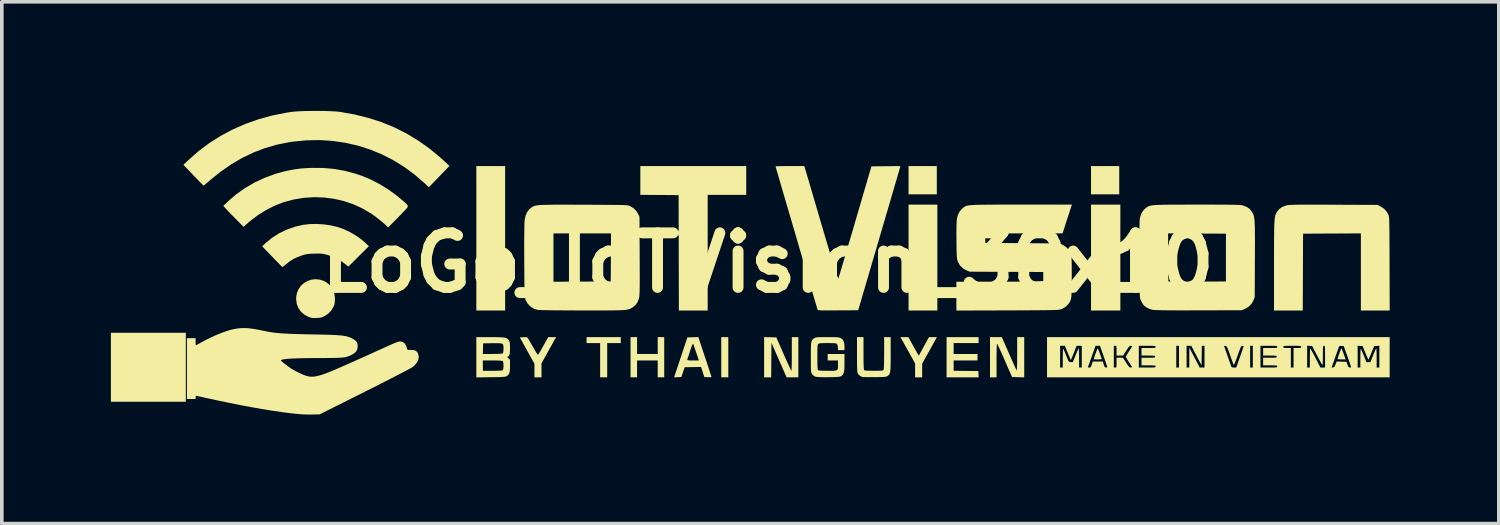
<source format=kicad_pcb>
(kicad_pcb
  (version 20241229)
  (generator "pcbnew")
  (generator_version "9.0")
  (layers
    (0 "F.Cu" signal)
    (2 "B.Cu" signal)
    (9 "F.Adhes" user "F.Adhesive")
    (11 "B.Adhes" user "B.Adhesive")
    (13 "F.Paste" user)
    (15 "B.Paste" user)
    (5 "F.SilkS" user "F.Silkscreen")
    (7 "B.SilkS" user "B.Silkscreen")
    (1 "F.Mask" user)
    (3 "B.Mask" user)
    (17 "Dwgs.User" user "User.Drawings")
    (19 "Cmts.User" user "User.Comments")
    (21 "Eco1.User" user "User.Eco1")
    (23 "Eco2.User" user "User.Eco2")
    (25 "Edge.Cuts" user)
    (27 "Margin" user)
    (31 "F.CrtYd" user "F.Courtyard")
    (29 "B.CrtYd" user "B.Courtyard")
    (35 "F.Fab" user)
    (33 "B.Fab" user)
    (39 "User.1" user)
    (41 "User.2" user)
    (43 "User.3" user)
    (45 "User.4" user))
  (footprint "LoGo_IoTVision_38x10"
    (layer "F.Cu")
    (at 18.068 4.175)
    (property "Reference" "LoGo_IoTVision_38x10" (at 0 0 0) (layer "F.SilkS") (effects (font (size 1.5 1.5) (thickness 0.3))))
    (attr board_only exclude_from_pos_files exclude_from_bom)
    (fp_poly (pts (xy -16.008 2.874) (xy -16.008 3.823) (xy -17.038 3.823) (xy -18.068 3.823) (xy -18.068 2.874) (xy -18.068 1.926) (xy -17.038 1.926) (xy -16.008 1.926)) (stroke (width 0) (type solid)) (fill yes) (layer "F.SilkS"))
    (fp_poly (pts (xy -7.227 -0.672) (xy -7.227 1.314) (xy -7.623 1.314) (xy -8.019 1.314) (xy -8.019 -0.672) (xy -8.019 -2.658) (xy -7.623 -2.658) (xy -7.227 -2.658)) (stroke (width 0) (type solid)) (fill yes) (layer "F.SilkS"))
    (fp_poly (pts (xy -1.09 2.598) (xy -1.09 3.151) (xy -1.187 3.151) (xy -1.284 3.151) (xy -1.284 2.598) (xy -1.284 2.046) (xy -1.187 2.046) (xy -1.09 2.046)) (stroke (width 0) (type solid)) (fill yes) (layer "F.SilkS"))
    (fp_poly (pts (xy 4.644 -2.27) (xy 4.644 -1.881) (xy 4.256 -1.881) (xy 3.867 -1.881) (xy 3.867 -2.27) (xy 3.867 -2.658) (xy 4.256 -2.658) (xy 4.644 -2.658)) (stroke (width 0) (type solid)) (fill yes) (layer "F.SilkS"))
    (fp_poly (pts (xy 4.659 -0.142) (xy 4.659 1.314) (xy 4.263 1.314) (xy 3.867 1.314) (xy 3.867 -0.142) (xy 3.867 -1.598) (xy 4.263 -1.598) (xy 4.659 -1.598)) (stroke (width 0) (type solid)) (fill yes) (layer "F.SilkS"))
    (fp_poly (pts (xy 9.661 -2.27) (xy 9.661 -1.881) (xy 9.273 -1.881) (xy 8.885 -1.881) (xy 8.885 -2.27) (xy 8.885 -2.658) (xy 9.273 -2.658) (xy 9.661 -2.658)) (stroke (width 0) (type solid)) (fill yes) (layer "F.SilkS"))
    (fp_poly (pts (xy 9.691 -0.142) (xy 9.691 1.314) (xy 9.288 1.314) (xy 8.885 1.314) (xy 8.885 -0.142) (xy 8.885 -1.598) (xy 9.288 -1.598) (xy 9.691 -1.598)) (stroke (width 0) (type solid)) (fill yes) (layer "F.SilkS"))
    (fp_poly (pts (xy -4.047 2.128) (xy -4.047 2.21) (xy -4.233 2.21) (xy -4.42 2.21) (xy -4.42 2.68) (xy -4.42 3.151) (xy -4.517 3.151) (xy -4.614 3.151) (xy -4.614 2.68) (xy -4.614 2.21) (xy -4.801 2.21) (xy -4.987 2.21) (xy -4.987 2.128) (xy -4.987 2.046) (xy -4.517 2.046) (xy -4.047 2.046)) (stroke (width 0) (type solid)) (fill yes) (layer "F.SilkS"))
    (fp_poly (pts (xy -0.597 -2.262) (xy -0.597 -1.867) (xy -1.127 -1.867) (xy -1.657 -1.867) (xy -1.657 -0.276) (xy -1.657 1.314) (xy -2.053 1.314) (xy -2.449 1.314) (xy -2.453 -0.273) (xy -2.456 -1.859) (xy -2.983 -1.863) (xy -3.509 -1.867) (xy -3.509 -2.262) (xy -3.509 -2.658) (xy -2.053 -2.658) (xy -0.597 -2.658)) (stroke (width 0) (type solid)) (fill yes) (layer "F.SilkS"))
    (fp_poly (pts (xy 15.776 2.365) (xy 15.791 2.397) (xy 15.811 2.447) (xy 15.831 2.502) (xy 15.887 2.658) (xy 15.775 2.658) (xy 15.722 2.657) (xy 15.683 2.653) (xy 15.665 2.648) (xy 15.664 2.647) (xy 15.669 2.628) (xy 15.682 2.588) (xy 15.699 2.536) (xy 15.719 2.479) (xy 15.739 2.426) (xy 15.755 2.383) (xy 15.766 2.359) (xy 15.767 2.356)) (stroke (width 0) (type solid)) (fill yes) (layer "F.SilkS"))
    (fp_poly (pts (xy -3.599 2.277) (xy -3.599 2.509) (xy -3.315 2.509) (xy -3.031 2.509) (xy -3.031 2.277) (xy -3.031 2.046) (xy -2.942 2.046) (xy -2.852 2.046) (xy -2.852 2.598) (xy -2.852 3.151) (xy -2.942 3.151) (xy -3.031 3.151) (xy -3.031 2.919) (xy -3.031 2.688) (xy -3.315 2.688) (xy -3.599 2.688) (xy -3.599 2.919) (xy -3.599 3.151) (xy -3.688 3.151) (xy -3.778 3.151) (xy -3.778 2.598) (xy -3.778 2.046) (xy -3.688 2.046) (xy -3.599 2.046)) (stroke (width 0) (type solid)) (fill yes) (layer "F.SilkS"))
    (fp_poly (pts (xy 5.794 2.128) (xy 5.794 2.21) (xy 5.45 2.21) (xy 5.107 2.21) (xy 5.107 2.359) (xy 5.107 2.509) (xy 5.435 2.509) (xy 5.764 2.509) (xy 5.764 2.598) (xy 5.764 2.688) (xy 5.435 2.688) (xy 5.107 2.688) (xy 5.107 2.829) (xy 5.107 2.971) (xy 5.447 2.975) (xy 5.786 2.979) (xy 5.791 3.065) (xy 5.795 3.151) (xy 5.354 3.151) (xy 4.913 3.151) (xy 4.913 2.598) (xy 4.913 2.046) (xy 5.353 2.046) (xy 5.794 2.046)) (stroke (width 0) (type solid)) (fill yes) (layer "F.SilkS"))
    (fp_poly (pts (xy 9.081 2.379) (xy 9.098 2.417) (xy 9.122 2.482) (xy 9.125 2.489) (xy 9.147 2.55) (xy 9.165 2.602) (xy 9.177 2.636) (xy 9.181 2.646) (xy 9.17 2.652) (xy 9.135 2.656) (xy 9.085 2.658) (xy 9.073 2.658) (xy 9.019 2.657) (xy 8.979 2.656) (xy 8.96 2.654) (xy 8.959 2.653) (xy 8.964 2.635) (xy 8.977 2.597) (xy 8.994 2.546) (xy 9.013 2.49) (xy 9.033 2.437) (xy 9.049 2.394) (xy 9.059 2.369) (xy 9.06 2.367) (xy 9.069 2.363)) (stroke (width 0) (type solid)) (fill yes) (layer "F.SilkS"))
    (fp_poly (pts (xy -6.026 2.406) (xy -6.227 2.767) (xy -6.227 2.959) (xy -6.227 3.151) (xy -6.324 3.151) (xy -6.421 3.151) (xy -6.421 2.965) (xy -6.421 2.779) (xy -6.622 2.416) (xy -6.824 2.053) (xy -6.732 2.049) (xy -6.681 2.047) (xy -6.641 2.048) (xy -6.623 2.051) (xy -6.61 2.066) (xy -6.586 2.102) (xy -6.553 2.157) (xy -6.514 2.225) (xy -6.472 2.298) (xy -6.429 2.374) (xy -6.39 2.439) (xy -6.358 2.49) (xy -6.336 2.523) (xy -6.325 2.534) (xy -6.313 2.52) (xy -6.29 2.484) (xy -6.258 2.43) (xy -6.219 2.363) (xy -6.176 2.287) (xy -6.042 2.046) (xy -5.934 2.046) (xy -5.826 2.046)) (stroke (width 0) (type solid)) (fill yes) (layer "F.SilkS"))
    (fp_poly (pts (xy 0.063 2.049) (xy 0.231 2.053) (xy 0.432 2.512) (xy 0.48 2.621) (xy 0.525 2.721) (xy 0.565 2.809) (xy 0.598 2.88) (xy 0.624 2.933) (xy 0.64 2.965) (xy 0.645 2.972) (xy 0.648 2.957) (xy 0.651 2.917) (xy 0.653 2.853) (xy 0.655 2.771) (xy 0.656 2.673) (xy 0.657 2.563) (xy 0.657 2.509) (xy 0.657 2.046) (xy 0.747 2.046) (xy 0.836 2.046) (xy 0.836 2.598) (xy 0.836 3.151) (xy 0.674 3.151) (xy 0.512 3.151) (xy 0.305 2.677) (xy 0.097 2.203) (xy 0.093 2.677) (xy 0.089 3.151) (xy -0.008 3.151) (xy -0.105 3.151) (xy -0.105 2.598) (xy -0.105 2.045)) (stroke (width 0) (type solid)) (fill yes) (layer "F.SilkS"))
    (fp_poly (pts (xy 3.98 2.259) (xy 4.021 2.334) (xy 4.06 2.403) (xy 4.092 2.46) (xy 4.115 2.501) (xy 4.123 2.514) (xy 4.148 2.556) (xy 4.288 2.301) (xy 4.427 2.047) (xy 4.536 2.046) (xy 4.645 2.046) (xy 4.62 2.094) (xy 4.606 2.121) (xy 4.579 2.169) (xy 4.543 2.235) (xy 4.499 2.314) (xy 4.45 2.401) (xy 4.418 2.459) (xy 4.241 2.776) (xy 4.241 2.963) (xy 4.241 3.151) (xy 4.144 3.151) (xy 4.047 3.151) (xy 4.047 2.959) (xy 4.047 2.768) (xy 3.889 2.485) (xy 3.839 2.396) (xy 3.792 2.311) (xy 3.749 2.235) (xy 3.715 2.173) (xy 3.691 2.131) (xy 3.687 2.124) (xy 3.643 2.046) (xy 3.753 2.046) (xy 3.862 2.046)) (stroke (width 0) (type solid)) (fill yes) (layer "F.SilkS"))
    (fp_poly (pts (xy -12.332 0.463) (xy -12.219 0.498) (xy -12.134 0.545) (xy -12.041 0.622) (xy -11.973 0.714) (xy -11.929 0.822) (xy -11.91 0.947) (xy -11.909 0.993) (xy -11.91 1.065) (xy -11.916 1.117) (xy -11.927 1.162) (xy -11.947 1.209) (xy -11.948 1.211) (xy -12.012 1.318) (xy -12.096 1.404) (xy -12.188 1.464) (xy -12.239 1.489) (xy -12.282 1.505) (xy -12.329 1.514) (xy -12.392 1.518) (xy -12.416 1.519) (xy -12.487 1.521) (xy -12.539 1.517) (xy -12.582 1.508) (xy -12.629 1.491) (xy -12.639 1.487) (xy -12.753 1.424) (xy -12.846 1.342) (xy -12.914 1.244) (xy -12.957 1.131) (xy -12.974 1.006) (xy -12.973 0.949) (xy -12.952 0.83) (xy -12.906 0.724) (xy -12.841 0.632) (xy -12.758 0.558) (xy -12.662 0.502) (xy -12.557 0.466) (xy -12.446 0.453)) (stroke (width 0) (type solid)) (fill yes) (layer "F.SilkS"))
    (fp_poly (pts (xy 6.63 2.497) (xy 6.677 2.606) (xy 6.722 2.707) (xy 6.762 2.795) (xy 6.795 2.868) (xy 6.82 2.923) (xy 6.836 2.955) (xy 6.841 2.963) (xy 6.844 2.953) (xy 6.847 2.915) (xy 6.85 2.853) (xy 6.852 2.77) (xy 6.853 2.667) (xy 6.854 2.548) (xy 6.854 2.512) (xy 6.854 2.046) (xy 6.951 2.046) (xy 7.048 2.046) (xy 7.048 2.599) (xy 7.048 3.152) (xy 6.88 3.147) (xy 6.713 3.143) (xy 6.512 2.684) (xy 6.465 2.575) (xy 6.42 2.475) (xy 6.38 2.388) (xy 6.347 2.316) (xy 6.321 2.263) (xy 6.305 2.232) (xy 6.299 2.225) (xy 6.296 2.239) (xy 6.293 2.28) (xy 6.291 2.343) (xy 6.289 2.426) (xy 6.287 2.523) (xy 6.287 2.633) (xy 6.287 2.688) (xy 6.287 3.151) (xy 6.197 3.151) (xy 6.107 3.151) (xy 6.107 2.598) (xy 6.107 2.046) (xy 6.269 2.046) (xy 6.432 2.046)) (stroke (width 0) (type solid)) (fill yes) (layer "F.SilkS"))
    (fp_poly (pts (xy -1.734 2.587) (xy -1.693 2.708) (xy -1.656 2.82) (xy -1.623 2.921) (xy -1.595 3.006) (xy -1.574 3.073) (xy -1.559 3.118) (xy -1.553 3.139) (xy -1.553 3.14) (xy -1.567 3.146) (xy -1.602 3.148) (xy -1.651 3.148) (xy -1.75 3.143) (xy -1.794 3.005) (xy -1.838 2.866) (xy -2.064 2.87) (xy -2.289 2.874) (xy -2.335 3.009) (xy -2.382 3.143) (xy -2.482 3.148) (xy -2.581 3.152) (xy -2.42 2.669) (xy -2.221 2.669) (xy -2.217 2.678) (xy -2.195 2.683) (xy -2.151 2.687) (xy -2.082 2.688) (xy -2.063 2.688) (xy -1.899 2.688) (xy -1.971 2.473) (xy -1.997 2.396) (xy -2.021 2.328) (xy -2.04 2.274) (xy -2.053 2.24) (xy -2.056 2.233) (xy -2.064 2.231) (xy -2.076 2.247) (xy -2.092 2.286) (xy -2.115 2.348) (xy -2.142 2.429) (xy -2.167 2.507) (xy -2.19 2.575) (xy -2.207 2.628) (xy -2.218 2.662) (xy -2.221 2.669) (xy -2.42 2.669) (xy -2.398 2.603) (xy -2.215 2.053) (xy -2.065 2.049) (xy -1.914 2.045)) (stroke (width 0) (type solid)) (fill yes) (layer "F.SilkS"))
    (fp_poly (pts (xy -12.22 -1.055) (xy -12.025 -1.028) (xy -11.842 -0.985) (xy -11.835 -0.983) (xy -11.669 -0.924) (xy -11.499 -0.845) (xy -11.335 -0.75) (xy -11.185 -0.645) (xy -11.069 -0.546) (xy -10.974 -0.455) (xy -11.254 -0.175) (xy -11.329 -0.101) (xy -11.396 -0.034) (xy -11.454 0.023) (xy -11.498 0.067) (xy -11.528 0.095) (xy -11.539 0.105) (xy -11.551 0.096) (xy -11.582 0.072) (xy -11.624 0.038) (xy -11.644 0.021) (xy -11.755 -0.058) (xy -11.884 -0.129) (xy -12.022 -0.187) (xy -12.148 -0.225) (xy -12.211 -0.239) (xy -12.269 -0.248) (xy -12.329 -0.252) (xy -12.402 -0.252) (xy -12.483 -0.25) (xy -12.572 -0.247) (xy -12.64 -0.241) (xy -12.696 -0.233) (xy -12.751 -0.22) (xy -12.812 -0.201) (xy -12.827 -0.196) (xy -12.949 -0.15) (xy -13.052 -0.1) (xy -13.149 -0.039) (xy -13.241 0.032) (xy -13.288 0.07) (xy -13.326 0.1) (xy -13.349 0.117) (xy -13.353 0.119) (xy -13.364 0.109) (xy -13.393 0.08) (xy -13.438 0.035) (xy -13.494 -0.023) (xy -13.561 -0.091) (xy -13.633 -0.167) (xy -13.909 -0.452) (xy -13.809 -0.545) (xy -13.632 -0.689) (xy -13.435 -0.814) (xy -13.222 -0.915) (xy -12.995 -0.994) (xy -12.793 -1.04) (xy -12.614 -1.062) (xy -12.42 -1.067)) (stroke (width 0) (type solid)) (fill yes) (layer "F.SilkS"))
    (fp_poly (pts (xy -12.235 -2.607) (xy -11.931 -2.58) (xy -11.633 -2.527) (xy -11.336 -2.447) (xy -11.141 -2.38) (xy -10.906 -2.28) (xy -10.669 -2.156) (xy -10.437 -2.013) (xy -10.218 -1.854) (xy -10.102 -1.758) (xy -10.024 -1.692) (xy -9.966 -1.642) (xy -9.928 -1.604) (xy -9.907 -1.574) (xy -9.904 -1.547) (xy -9.917 -1.518) (xy -9.944 -1.485) (xy -9.985 -1.441) (xy -10.017 -1.408) (xy -10.084 -1.336) (xy -10.162 -1.255) (xy -10.24 -1.175) (xy -10.299 -1.116) (xy -10.446 -0.97) (xy -10.491 -1.016) (xy -10.532 -1.056) (xy -10.591 -1.107) (xy -10.662 -1.166) (xy -10.739 -1.226) (xy -10.814 -1.284) (xy -10.883 -1.333) (xy -10.908 -1.35) (xy -11.145 -1.49) (xy -11.395 -1.605) (xy -11.656 -1.694) (xy -11.926 -1.757) (xy -12.201 -1.793) (xy -12.48 -1.803) (xy -12.758 -1.785) (xy -13.035 -1.74) (xy -13.307 -1.668) (xy -13.335 -1.659) (xy -13.566 -1.568) (xy -13.796 -1.451) (xy -14.019 -1.313) (xy -14.226 -1.157) (xy -14.285 -1.107) (xy -14.421 -0.988) (xy -14.645 -1.214) (xy -14.715 -1.286) (xy -14.782 -1.354) (xy -14.841 -1.415) (xy -14.888 -1.465) (xy -14.919 -1.498) (xy -14.923 -1.503) (xy -14.977 -1.564) (xy -14.846 -1.689) (xy -14.625 -1.879) (xy -14.383 -2.051) (xy -14.123 -2.203) (xy -13.847 -2.332) (xy -13.559 -2.439) (xy -13.318 -2.507) (xy -13.153 -2.544) (xy -12.998 -2.571) (xy -12.842 -2.591) (xy -12.675 -2.603) (xy -12.551 -2.608)) (stroke (width 0) (type solid)) (fill yes) (layer "F.SilkS"))
    (fp_poly (pts (xy 2.628 2.491) (xy 2.628 2.63) (xy 2.63 2.741) (xy 2.632 2.826) (xy 2.635 2.888) (xy 2.639 2.929) (xy 2.644 2.95) (xy 2.646 2.954) (xy 2.666 2.961) (xy 2.709 2.967) (xy 2.778 2.97) (xy 2.874 2.971) (xy 2.914 2.972) (xy 3.007 2.971) (xy 3.073 2.97) (xy 3.119 2.968) (xy 3.149 2.964) (xy 3.166 2.958) (xy 3.176 2.949) (xy 3.18 2.943) (xy 3.185 2.918) (xy 3.189 2.866) (xy 3.192 2.789) (xy 3.194 2.687) (xy 3.195 2.564) (xy 3.196 2.48) (xy 3.196 2.046) (xy 3.285 2.046) (xy 3.375 2.046) (xy 3.375 2.517) (xy 3.375 2.658) (xy 3.374 2.774) (xy 3.372 2.865) (xy 3.368 2.937) (xy 3.362 2.991) (xy 3.354 3.031) (xy 3.343 3.061) (xy 3.328 3.083) (xy 3.31 3.1) (xy 3.291 3.114) (xy 3.274 3.124) (xy 3.253 3.131) (xy 3.225 3.137) (xy 3.184 3.141) (xy 3.127 3.143) (xy 3.049 3.145) (xy 2.945 3.146) (xy 2.934 3.146) (xy 2.839 3.146) (xy 2.752 3.146) (xy 2.679 3.145) (xy 2.625 3.143) (xy 2.595 3.141) (xy 2.591 3.14) (xy 2.529 3.11) (xy 2.481 3.062) (xy 2.471 3.045) (xy 2.464 3.028) (xy 2.459 3.001) (xy 2.456 2.962) (xy 2.453 2.907) (xy 2.451 2.833) (xy 2.45 2.737) (xy 2.449 2.617) (xy 2.449 2.524) (xy 2.449 2.046) (xy 2.539 2.046) (xy 2.628 2.046)) (stroke (width 0) (type solid)) (fill yes) (layer "F.SilkS"))
    (fp_poly (pts (xy 14.986 -1.596) (xy 15.156 -1.596) (xy 15.351 -1.596) (xy 15.552 -1.595) (xy 16.762 -1.59) (xy 16.846 -1.549) (xy 16.943 -1.486) (xy 17.018 -1.401) (xy 17.059 -1.33) (xy 17.064 -1.317) (xy 17.069 -1.304) (xy 17.073 -1.288) (xy 17.077 -1.268) (xy 17.08 -1.241) (xy 17.083 -1.206) (xy 17.085 -1.159) (xy 17.087 -1.101) (xy 17.088 -1.028) (xy 17.089 -0.939) (xy 17.091 -0.831) (xy 17.091 -0.703) (xy 17.092 -0.553) (xy 17.093 -0.379) (xy 17.094 -0.179) (xy 17.094 0.026) (xy 17.098 1.314) (xy 16.702 1.314) (xy 16.306 1.314) (xy 16.306 0.254) (xy 16.306 -0.807) (xy 15.511 -0.803) (xy 14.716 -0.799) (xy 14.712 0.258) (xy 14.708 1.314) (xy 14.313 1.314) (xy 13.917 1.314) (xy 13.917 0.086) (xy 13.917 -0.145) (xy 13.918 -0.348) (xy 13.918 -0.526) (xy 13.919 -0.679) (xy 13.92 -0.811) (xy 13.922 -0.922) (xy 13.924 -1.016) (xy 13.928 -1.094) (xy 13.932 -1.158) (xy 13.937 -1.211) (xy 13.943 -1.253) (xy 13.95 -1.288) (xy 13.959 -1.317) (xy 13.969 -1.342) (xy 13.981 -1.365) (xy 13.994 -1.389) (xy 13.997 -1.394) (xy 14.06 -1.474) (xy 14.143 -1.534) (xy 14.249 -1.574) (xy 14.249 -1.574) (xy 14.268 -1.579) (xy 14.291 -1.583) (xy 14.319 -1.586) (xy 14.355 -1.589) (xy 14.4 -1.591) (xy 14.456 -1.593) (xy 14.527 -1.595) (xy 14.613 -1.596) (xy 14.717 -1.596) (xy 14.841 -1.597)) (stroke (width 0) (type solid)) (fill yes) (layer "F.SilkS"))
    (fp_poly (pts (xy -12.331 -4.175) (xy -12.183 -4.173) (xy -12.044 -4.168) (xy -11.919 -4.162) (xy -11.816 -4.154) (xy -11.759 -4.147) (xy -11.362 -4.076) (xy -10.984 -3.982) (xy -10.622 -3.865) (xy -10.276 -3.723) (xy -9.945 -3.557) (xy -9.625 -3.365) (xy -9.317 -3.147) (xy -9.018 -2.901) (xy -8.885 -2.781) (xy -8.758 -2.663) (xy -9.041 -2.369) (xy -9.115 -2.292) (xy -9.182 -2.223) (xy -9.239 -2.164) (xy -9.284 -2.118) (xy -9.313 -2.088) (xy -9.324 -2.076) (xy -9.324 -2.076) (xy -9.335 -2.086) (xy -9.363 -2.112) (xy -9.403 -2.15) (xy -9.437 -2.182) (xy -9.713 -2.421) (xy -10.003 -2.635) (xy -10.306 -2.822) (xy -10.621 -2.982) (xy -10.946 -3.115) (xy -11.282 -3.222) (xy -11.626 -3.3) (xy -11.977 -3.35) (xy -12.334 -3.373) (xy -12.696 -3.366) (xy -13.062 -3.33) (xy -13.169 -3.314) (xy -13.505 -3.246) (xy -13.832 -3.152) (xy -14.148 -3.031) (xy -14.457 -2.883) (xy -14.758 -2.707) (xy -15.053 -2.502) (xy -15.343 -2.268) (xy -15.353 -2.259) (xy -15.411 -2.209) (xy -15.46 -2.168) (xy -15.497 -2.137) (xy -15.517 -2.122) (xy -15.519 -2.12) (xy -15.531 -2.131) (xy -15.561 -2.16) (xy -15.605 -2.205) (xy -15.662 -2.263) (xy -15.728 -2.332) (xy -15.8 -2.406) (xy -16.074 -2.692) (xy -15.939 -2.821) (xy -15.663 -3.065) (xy -15.367 -3.287) (xy -15.052 -3.487) (xy -14.721 -3.663) (xy -14.373 -3.816) (xy -14.011 -3.944) (xy -13.635 -4.048) (xy -13.246 -4.126) (xy -13.111 -4.147) (xy -13.022 -4.156) (xy -12.909 -4.164) (xy -12.778 -4.17) (xy -12.634 -4.173) (xy -12.483 -4.175)) (stroke (width 0) (type solid)) (fill yes) (layer "F.SilkS"))
    (fp_poly (pts (xy -7.507 2.046) (xy -7.404 2.048) (xy -7.323 2.051) (xy -7.261 2.057) (xy -7.215 2.065) (xy -7.182 2.078) (xy -7.157 2.094) (xy -7.138 2.116) (xy -7.123 2.138) (xy -7.109 2.165) (xy -7.1 2.197) (xy -7.095 2.241) (xy -7.093 2.303) (xy -7.093 2.352) (xy -7.095 2.446) (xy -7.104 2.513) (xy -7.118 2.556) (xy -7.14 2.578) (xy -7.163 2.583) (xy -7.17 2.591) (xy -7.152 2.614) (xy -7.139 2.627) (xy -7.093 2.67) (xy -7.093 2.836) (xy -7.095 2.927) (xy -7.102 2.994) (xy -7.115 3.043) (xy -7.137 3.079) (xy -7.168 3.108) (xy -7.178 3.115) (xy -7.193 3.124) (xy -7.212 3.13) (xy -7.238 3.135) (xy -7.275 3.139) (xy -7.328 3.142) (xy -7.399 3.145) (xy -7.492 3.146) (xy -7.612 3.148) (xy -7.619 3.148) (xy -8.019 3.153) (xy -8.019 2.688) (xy -7.84 2.688) (xy -7.84 2.83) (xy -7.84 2.972) (xy -7.574 2.972) (xy -7.465 2.971) (xy -7.384 2.968) (xy -7.329 2.964) (xy -7.298 2.958) (xy -7.29 2.954) (xy -7.28 2.929) (xy -7.274 2.882) (xy -7.272 2.83) (xy -7.275 2.769) (xy -7.282 2.725) (xy -7.29 2.706) (xy -7.309 2.698) (xy -7.351 2.693) (xy -7.418 2.69) (xy -7.511 2.688) (xy -7.574 2.688) (xy -7.84 2.688) (xy -8.019 2.688) (xy -8.019 2.599) (xy -8.019 2.509) (xy -7.841 2.509) (xy -7.574 2.509) (xy -7.465 2.508) (xy -7.384 2.505) (xy -7.329 2.501) (xy -7.298 2.495) (xy -7.29 2.491) (xy -7.28 2.466) (xy -7.274 2.418) (xy -7.272 2.365) (xy -7.272 2.312) (xy -7.276 2.273) (xy -7.287 2.245) (xy -7.309 2.227) (xy -7.345 2.217) (xy -7.4 2.213) (xy -7.478 2.212) (xy -7.576 2.213) (xy -7.832 2.217) (xy -7.836 2.363) (xy -7.841 2.509) (xy -8.019 2.509) (xy -8.019 2.046) (xy -7.637 2.046)) (stroke (width 0) (type solid)) (fill yes) (layer "F.SilkS"))
    (fp_poly (pts (xy 1.035 -2.542) (xy 1.044 -2.512) (xy 1.061 -2.455) (xy 1.085 -2.373) (xy 1.115 -2.27) (xy 1.152 -2.146) (xy 1.194 -2.004) (xy 1.24 -1.846) (xy 1.291 -1.674) (xy 1.345 -1.491) (xy 1.401 -1.298) (xy 1.46 -1.097) (xy 1.494 -0.982) (xy 1.553 -0.781) (xy 1.61 -0.588) (xy 1.664 -0.406) (xy 1.715 -0.236) (xy 1.761 -0.08) (xy 1.803 0.061) (xy 1.84 0.183) (xy 1.871 0.286) (xy 1.896 0.367) (xy 1.913 0.425) (xy 1.924 0.457) (xy 1.927 0.463) (xy 1.932 0.449) (xy 1.945 0.408) (xy 1.965 0.342) (xy 1.992 0.253) (xy 2.025 0.143) (xy 2.064 0.013) (xy 2.108 -0.134) (xy 2.156 -0.297) (xy 2.208 -0.474) (xy 2.264 -0.664) (xy 2.323 -0.863) (xy 2.384 -1.071) (xy 2.39 -1.094) (xy 2.846 -2.651) (xy 3.245 -2.654) (xy 3.351 -2.655) (xy 3.446 -2.656) (xy 3.526 -2.656) (xy 3.589 -2.656) (xy 3.629 -2.655) (xy 3.643 -2.654) (xy 3.643 -2.654) (xy 3.639 -2.64) (xy 3.627 -2.598) (xy 3.608 -2.531) (xy 3.581 -2.441) (xy 3.548 -2.328) (xy 3.509 -2.195) (xy 3.465 -2.043) (xy 3.415 -1.873) (xy 3.361 -1.688) (xy 3.303 -1.49) (xy 3.241 -1.279) (xy 3.176 -1.057) (xy 3.108 -0.826) (xy 3.063 -0.672) (xy 2.482 1.307) (xy 1.928 1.31) (xy 1.778 1.311) (xy 1.656 1.312) (xy 1.559 1.311) (xy 1.484 1.31) (xy 1.43 1.308) (xy 1.394 1.304) (xy 1.373 1.3) (xy 1.366 1.296) (xy 1.361 1.279) (xy 1.348 1.235) (xy 1.328 1.167) (xy 1.301 1.077) (xy 1.268 0.966) (xy 1.23 0.836) (xy 1.187 0.69) (xy 1.14 0.53) (xy 1.089 0.357) (xy 1.035 0.173) (xy 0.979 -0.019) (xy 0.921 -0.217) (xy 0.861 -0.42) (xy 0.801 -0.626) (xy 0.741 -0.832) (xy 0.681 -1.036) (xy 0.622 -1.237) (xy 0.564 -1.433) (xy 0.509 -1.621) (xy 0.457 -1.799) (xy 0.408 -1.966) (xy 0.363 -2.12) (xy 0.323 -2.258) (xy 0.288 -2.378) (xy 0.259 -2.479) (xy 0.235 -2.559) (xy 0.219 -2.615) (xy 0.21 -2.645) (xy 0.209 -2.651) (xy 0.223 -2.653) (xy 0.264 -2.654) (xy 0.326 -2.656) (xy 0.407 -2.657) (xy 0.501 -2.658) (xy 0.604 -2.658) (xy 0.999 -2.658)) (stroke (width 0) (type solid)) (fill yes) (layer "F.SilkS"))
    (fp_poly (pts (xy 1.742 2.046) (xy 1.825 2.047) (xy 1.886 2.049) (xy 1.931 2.053) (xy 1.964 2.059) (xy 1.988 2.066) (xy 2.001 2.072) (xy 2.053 2.111) (xy 2.087 2.17) (xy 2.103 2.25) (xy 2.105 2.303) (xy 2.105 2.404) (xy 2.016 2.404) (xy 1.926 2.404) (xy 1.926 2.34) (xy 1.921 2.292) (xy 1.907 2.251) (xy 1.903 2.243) (xy 1.893 2.231) (xy 1.88 2.222) (xy 1.859 2.216) (xy 1.825 2.212) (xy 1.774 2.211) (xy 1.701 2.21) (xy 1.643 2.21) (xy 1.55 2.21) (xy 1.483 2.212) (xy 1.436 2.215) (xy 1.406 2.221) (xy 1.388 2.229) (xy 1.382 2.233) (xy 1.375 2.245) (xy 1.369 2.265) (xy 1.364 2.296) (xy 1.362 2.343) (xy 1.36 2.409) (xy 1.359 2.498) (xy 1.359 2.596) (xy 1.359 2.718) (xy 1.361 2.812) (xy 1.364 2.88) (xy 1.368 2.926) (xy 1.374 2.95) (xy 1.377 2.954) (xy 1.397 2.961) (xy 1.44 2.967) (xy 1.509 2.97) (xy 1.605 2.971) (xy 1.645 2.972) (xy 1.743 2.972) (xy 1.815 2.97) (xy 1.865 2.964) (xy 1.898 2.952) (xy 1.916 2.93) (xy 1.924 2.898) (xy 1.926 2.852) (xy 1.926 2.801) (xy 1.926 2.688) (xy 1.784 2.688) (xy 1.643 2.688) (xy 1.643 2.598) (xy 1.643 2.509) (xy 1.874 2.509) (xy 2.105 2.509) (xy 2.105 2.749) (xy 2.104 2.856) (xy 2.1 2.938) (xy 2.093 3) (xy 2.08 3.045) (xy 2.061 3.078) (xy 2.035 3.104) (xy 2.018 3.116) (xy 2.002 3.125) (xy 1.98 3.132) (xy 1.948 3.138) (xy 1.902 3.141) (xy 1.838 3.144) (xy 1.752 3.146) (xy 1.665 3.147) (xy 1.538 3.147) (xy 1.44 3.146) (xy 1.367 3.142) (xy 1.319 3.137) (xy 1.3 3.132) (xy 1.255 3.106) (xy 1.216 3.066) (xy 1.214 3.063) (xy 1.204 3.047) (xy 1.196 3.03) (xy 1.19 3.01) (xy 1.186 2.981) (xy 1.183 2.941) (xy 1.181 2.885) (xy 1.18 2.811) (xy 1.18 2.713) (xy 1.18 2.6) (xy 1.18 2.47) (xy 1.181 2.367) (xy 1.183 2.287) (xy 1.187 2.226) (xy 1.194 2.18) (xy 1.204 2.147) (xy 1.217 2.123) (xy 1.235 2.104) (xy 1.257 2.087) (xy 1.268 2.08) (xy 1.286 2.068) (xy 1.305 2.06) (xy 1.329 2.054) (xy 1.362 2.05) (xy 1.41 2.047) (xy 1.476 2.046) (xy 1.564 2.046) (xy 1.634 2.046)) (stroke (width 0) (type solid)) (fill yes) (layer "F.SilkS"))
    (fp_poly (pts (xy 6.967 -1.598) (xy 8.358 -1.598) (xy 8.23 -1.202) (xy 8.102 -0.806) (xy 7.037 -0.806) (xy 5.972 -0.806) (xy 5.976 -0.676) (xy 5.98 -0.545) (xy 7.003 -0.538) (xy 8.026 -0.53) (xy 8.112 -0.488) (xy 8.205 -0.427) (xy 8.278 -0.346) (xy 8.328 -0.249) (xy 8.328 -0.248) (xy 8.335 -0.225) (xy 8.341 -0.199) (xy 8.345 -0.167) (xy 8.349 -0.124) (xy 8.351 -0.069) (xy 8.353 0.003) (xy 8.354 0.094) (xy 8.354 0.208) (xy 8.355 0.347) (xy 8.355 0.381) (xy 8.355 0.534) (xy 8.354 0.66) (xy 8.352 0.763) (xy 8.35 0.846) (xy 8.345 0.911) (xy 8.339 0.963) (xy 8.331 1.005) (xy 8.32 1.039) (xy 8.306 1.068) (xy 8.289 1.097) (xy 8.276 1.117) (xy 8.205 1.198) (xy 8.114 1.257) (xy 8.056 1.281) (xy 8.042 1.285) (xy 8.023 1.289) (xy 7.999 1.292) (xy 7.968 1.295) (xy 7.928 1.298) (xy 7.876 1.3) (xy 7.812 1.302) (xy 7.733 1.303) (xy 7.637 1.305) (xy 7.523 1.306) (xy 7.388 1.307) (xy 7.231 1.308) (xy 7.051 1.309) (xy 6.844 1.31) (xy 6.609 1.31) (xy 6.581 1.311) (xy 5.182 1.315) (xy 5.182 0.919) (xy 5.182 0.523) (xy 6.15 0.523) (xy 6.325 0.522) (xy 6.497 0.522) (xy 6.663 0.521) (xy 6.819 0.52) (xy 6.962 0.519) (xy 7.089 0.518) (xy 7.197 0.516) (xy 7.281 0.515) (xy 7.34 0.513) (xy 7.344 0.513) (xy 7.571 0.503) (xy 7.571 0.379) (xy 7.571 0.255) (xy 6.559 0.251) (xy 5.547 0.246) (xy 5.463 0.212) (xy 5.366 0.158) (xy 5.287 0.081) (xy 5.229 -0.014) (xy 5.224 -0.027) (xy 5.214 -0.052) (xy 5.207 -0.076) (xy 5.201 -0.103) (xy 5.197 -0.138) (xy 5.193 -0.183) (xy 5.191 -0.241) (xy 5.189 -0.318) (xy 5.187 -0.415) (xy 5.185 -0.537) (xy 5.185 -0.61) (xy 5.183 -0.778) (xy 5.184 -0.922) (xy 5.186 -1.039) (xy 5.189 -1.129) (xy 5.194 -1.191) (xy 5.196 -1.207) (xy 5.227 -1.32) (xy 5.276 -1.416) (xy 5.343 -1.491) (xy 5.358 -1.503) (xy 5.378 -1.519) (xy 5.396 -1.533) (xy 5.415 -1.545) (xy 5.436 -1.555) (xy 5.461 -1.564) (xy 5.492 -1.572) (xy 5.53 -1.578) (xy 5.578 -1.583) (xy 5.638 -1.587) (xy 5.711 -1.591) (xy 5.799 -1.593) (xy 5.904 -1.595) (xy 6.028 -1.596) (xy 6.173 -1.597) (xy 6.34 -1.598) (xy 6.532 -1.598) (xy 6.75 -1.598)) (stroke (width 0) (type solid)) (fill yes) (layer "F.SilkS"))
    (fp_poly (pts (xy -5.589 -1.596) (xy -5.402 -1.596) (xy -5.188 -1.595) (xy -5.068 -1.594) (xy -4.849 -1.594) (xy -4.659 -1.593) (xy -4.495 -1.592) (xy -4.354 -1.591) (xy -4.235 -1.59) (xy -4.136 -1.589) (xy -4.055 -1.588) (xy -3.989 -1.586) (xy -3.937 -1.584) (xy -3.896 -1.582) (xy -3.865 -1.579) (xy -3.842 -1.575) (xy -3.824 -1.571) (xy -3.81 -1.566) (xy -3.797 -1.561) (xy -3.792 -1.559) (xy -3.693 -1.498) (xy -3.615 -1.416) (xy -3.573 -1.347) (xy -3.532 -1.262) (xy -3.527 -0.187) (xy -3.526 0.021) (xy -3.526 0.201) (xy -3.525 0.355) (xy -3.525 0.486) (xy -3.526 0.596) (xy -3.527 0.687) (xy -3.528 0.762) (xy -3.53 0.822) (xy -3.532 0.87) (xy -3.535 0.907) (xy -3.538 0.937) (xy -3.542 0.961) (xy -3.547 0.981) (xy -3.547 0.982) (xy -3.588 1.088) (xy -3.648 1.172) (xy -3.727 1.233) (xy -3.751 1.248) (xy -3.775 1.26) (xy -3.8 1.271) (xy -3.828 1.28) (xy -3.861 1.288) (xy -3.902 1.294) (xy -3.952 1.3) (xy -4.013 1.304) (xy -4.088 1.307) (xy -4.179 1.309) (xy -4.288 1.311) (xy -4.416 1.312) (xy -4.567 1.312) (xy -4.741 1.313) (xy -4.942 1.312) (xy -5.114 1.312) (xy -5.299 1.312) (xy -5.476 1.311) (xy -5.643 1.31) (xy -5.797 1.309) (xy -5.937 1.308) (xy -6.059 1.306) (xy -6.162 1.304) (xy -6.243 1.302) (xy -6.299 1.3) (xy -6.328 1.298) (xy -6.329 1.298) (xy -6.439 1.262) (xy -6.533 1.203) (xy -6.609 1.123) (xy -6.663 1.026) (xy -6.668 1.012) (xy -6.674 0.995) (xy -6.679 0.976) (xy -6.683 0.952) (xy -6.686 0.922) (xy -6.689 0.883) (xy -6.692 0.832) (xy -6.694 0.768) (xy -6.695 0.688) (xy -6.697 0.59) (xy -6.698 0.472) (xy -6.699 0.331) (xy -6.7 0.165) (xy -6.701 -0.029) (xy -6.701 -0.06) (xy -6.702 -0.287) (xy -6.703 -0.491) (xy -6.702 -0.67) (xy -6.701 -0.806) (xy -5.898 -0.806) (xy -5.898 -0.142) (xy -5.898 0.523) (xy -5.111 0.519) (xy -4.323 0.515) (xy -4.319 -0.146) (xy -4.315 -0.806) (xy -5.107 -0.806) (xy -5.898 -0.806) (xy -6.701 -0.806) (xy -6.701 -0.825) (xy -6.699 -0.953) (xy -6.697 -1.054) (xy -6.694 -1.127) (xy -6.691 -1.171) (xy -6.691 -1.172) (xy -6.664 -1.297) (xy -6.619 -1.398) (xy -6.557 -1.476) (xy -6.524 -1.503) (xy -6.501 -1.52) (xy -6.479 -1.534) (xy -6.456 -1.547) (xy -6.431 -1.558) (xy -6.401 -1.567) (xy -6.365 -1.575) (xy -6.32 -1.581) (xy -6.264 -1.586) (xy -6.195 -1.59) (xy -6.111 -1.592) (xy -6.011 -1.594) (xy -5.892 -1.596) (xy -5.752 -1.596)) (stroke (width 0) (type solid)) (fill yes) (layer "F.SilkS"))
    (fp_poly (pts (xy 12.211 -1.598) (xy 12.374 -1.597) (xy 12.514 -1.597) (xy 12.632 -1.596) (xy 12.73 -1.595) (xy 12.811 -1.594) (xy 12.877 -1.592) (xy 12.93 -1.59) (xy 12.972 -1.588) (xy 13.004 -1.585) (xy 13.03 -1.581) (xy 13.052 -1.577) (xy 13.07 -1.572) (xy 13.08 -1.569) (xy 13.175 -1.53) (xy 13.249 -1.477) (xy 13.307 -1.404) (xy 13.319 -1.385) (xy 13.333 -1.359) (xy 13.346 -1.333) (xy 13.356 -1.305) (xy 13.365 -1.272) (xy 13.373 -1.232) (xy 13.379 -1.184) (xy 13.383 -1.124) (xy 13.387 -1.051) (xy 13.39 -0.963) (xy 13.391 -0.857) (xy 13.392 -0.731) (xy 13.393 -0.583) (xy 13.392 -0.411) (xy 13.392 -0.213) (xy 13.391 -0.082) (xy 13.387 0.948) (xy 13.353 1.033) (xy 13.298 1.13) (xy 13.221 1.209) (xy 13.126 1.267) (xy 13.113 1.272) (xy 13.029 1.307) (xy 11.841 1.309) (xy 11.605 1.31) (xy 11.398 1.31) (xy 11.217 1.31) (xy 11.062 1.309) (xy 10.931 1.308) (xy 10.822 1.306) (xy 10.735 1.304) (xy 10.667 1.302) (xy 10.617 1.299) (xy 10.584 1.296) (xy 10.572 1.294) (xy 10.489 1.268) (xy 10.412 1.23) (xy 10.349 1.184) (xy 10.319 1.15) (xy 10.293 1.11) (xy 10.266 1.058) (xy 10.254 1.035) (xy 10.248 1.021) (xy 10.242 1.006) (xy 10.238 0.99) (xy 10.234 0.968) (xy 10.23 0.94) (xy 10.228 0.903) (xy 10.225 0.855) (xy 10.224 0.794) (xy 10.222 0.717) (xy 10.221 0.623) (xy 10.22 0.508) (xy 10.219 0.372) (xy 10.218 0.211) (xy 10.217 0.025) (xy 10.217 -0.102) (xy 10.216 -0.31) (xy 10.216 -0.491) (xy 10.215 -0.646) (xy 10.216 -0.777) (xy 10.216 -0.807) (xy 11.005 -0.807) (xy 11.005 -0.152) (xy 11.005 -0.015) (xy 11.006 0.113) (xy 11.007 0.228) (xy 11.008 0.328) (xy 11.01 0.41) (xy 11.012 0.469) (xy 11.014 0.505) (xy 11.015 0.513) (xy 11.032 0.515) (xy 11.075 0.516) (xy 11.143 0.518) (xy 11.232 0.519) (xy 11.34 0.519) (xy 11.464 0.52) (xy 11.6 0.52) (xy 11.747 0.519) (xy 11.81 0.519) (xy 12.595 0.515) (xy 12.595 -0.142) (xy 12.595 -0.799) (xy 11.8 -0.803) (xy 11.005 -0.807) (xy 10.216 -0.807) (xy 10.216 -0.888) (xy 10.217 -0.979) (xy 10.219 -1.054) (xy 10.22 -1.114) (xy 10.223 -1.161) (xy 10.226 -1.198) (xy 10.23 -1.227) (xy 10.234 -1.25) (xy 10.236 -1.259) (xy 10.277 -1.369) (xy 10.339 -1.458) (xy 10.401 -1.512) (xy 10.423 -1.527) (xy 10.443 -1.54) (xy 10.465 -1.551) (xy 10.49 -1.561) (xy 10.52 -1.569) (xy 10.557 -1.576) (xy 10.604 -1.582) (xy 10.662 -1.587) (xy 10.733 -1.59) (xy 10.819 -1.593) (xy 10.923 -1.595) (xy 11.046 -1.596) (xy 11.191 -1.597) (xy 11.359 -1.597) (xy 11.552 -1.598) (xy 11.774 -1.598) (xy 11.806 -1.598) (xy 12.023 -1.598)) (stroke (width 0) (type solid)) (fill yes) (layer "F.SilkS"))
    (fp_poly (pts (xy -14.282 1.802) (xy -14.158 1.818) (xy -14.016 1.842) (xy -13.871 1.872) (xy -13.783 1.891) (xy -13.693 1.906) (xy -13.6 1.92) (xy -13.499 1.931) (xy -13.387 1.941) (xy -13.262 1.949) (xy -13.12 1.956) (xy -12.957 1.961) (xy -12.772 1.966) (xy -12.56 1.971) (xy -12.536 1.971) (xy -12.343 1.975) (xy -12.178 1.978) (xy -12.037 1.983) (xy -11.918 1.988) (xy -11.818 1.994) (xy -11.735 2.001) (xy -11.665 2.01) (xy -11.606 2.02) (xy -11.556 2.033) (xy -11.511 2.048) (xy -11.469 2.065) (xy -11.439 2.08) (xy -11.367 2.121) (xy -11.32 2.162) (xy -11.293 2.21) (xy -11.282 2.27) (xy -11.281 2.298) (xy -11.292 2.378) (xy -11.326 2.443) (xy -11.386 2.497) (xy -11.442 2.529) (xy -11.484 2.55) (xy -11.523 2.566) (xy -11.561 2.58) (xy -11.601 2.592) (xy -11.646 2.601) (xy -11.7 2.607) (xy -11.766 2.612) (xy -11.845 2.616) (xy -11.943 2.618) (xy -12.061 2.62) (xy -12.203 2.621) (xy -12.371 2.621) (xy -12.379 2.621) (xy -12.602 2.623) (xy -12.795 2.625) (xy -12.96 2.63) (xy -13.097 2.636) (xy -13.208 2.643) (xy -13.292 2.652) (xy -13.351 2.662) (xy -13.384 2.675) (xy -13.394 2.688) (xy -13.383 2.701) (xy -13.353 2.728) (xy -13.309 2.764) (xy -13.257 2.805) (xy -13.201 2.846) (xy -13.148 2.885) (xy -13.103 2.915) (xy -13.099 2.918) (xy -13.03 2.958) (xy -12.949 3) (xy -12.864 3.042) (xy -12.784 3.078) (xy -12.716 3.104) (xy -12.694 3.112) (xy -12.597 3.132) (xy -12.5 3.134) (xy -12.393 3.117) (xy -12.294 3.089) (xy -12.25 3.075) (xy -12.205 3.06) (xy -12.158 3.043) (xy -12.107 3.023) (xy -12.049 3.001) (xy -11.985 2.974) (xy -11.91 2.943) (xy -11.825 2.906) (xy -11.727 2.864) (xy -11.614 2.814) (xy -11.484 2.756) (xy -11.337 2.69) (xy -11.169 2.615) (xy -10.98 2.53) (xy -10.768 2.434) (xy -10.53 2.326) (xy -10.497 2.311) (xy -10.392 2.264) (xy -10.31 2.228) (xy -10.246 2.201) (xy -10.198 2.184) (xy -10.161 2.172) (xy -10.13 2.167) (xy -10.103 2.165) (xy -10.101 2.165) (xy -10.04 2.179) (xy -9.989 2.22) (xy -9.949 2.284) (xy -9.924 2.361) (xy -9.918 2.382) (xy -9.905 2.393) (xy -9.878 2.398) (xy -9.83 2.398) (xy -9.821 2.398) (xy -9.743 2.402) (xy -9.688 2.419) (xy -9.648 2.452) (xy -9.623 2.495) (xy -9.603 2.574) (xy -9.612 2.655) (xy -9.647 2.736) (xy -9.71 2.815) (xy -9.774 2.871) (xy -9.798 2.886) (xy -9.847 2.913) (xy -9.918 2.951) (xy -10.01 3) (xy -10.121 3.058) (xy -10.249 3.123) (xy -10.391 3.196) (xy -10.546 3.275) (xy -10.711 3.359) (xy -10.886 3.447) (xy -11.067 3.538) (xy -11.087 3.549) (xy -12.327 4.17) (xy -12.521 4.174) (xy -12.614 4.175) (xy -12.714 4.173) (xy -12.809 4.169) (xy -12.872 4.165) (xy -13.091 4.143) (xy -13.336 4.112) (xy -13.603 4.073) (xy -13.89 4.027) (xy -14.193 3.974) (xy -14.51 3.915) (xy -14.838 3.849) (xy -15.174 3.779) (xy -15.388 3.732) (xy -15.483 3.711) (xy -15.568 3.692) (xy -15.639 3.676) (xy -15.692 3.665) (xy -15.722 3.659) (xy -15.727 3.658) (xy -15.735 3.671) (xy -15.739 3.703) (xy -15.739 3.703) (xy -15.739 3.748) (xy -15.858 3.748) (xy -15.978 3.748) (xy -15.978 2.912) (xy -15.978 2.076) (xy -15.858 2.076) (xy -15.739 2.076) (xy -15.739 2.173) (xy -15.738 2.222) (xy -15.735 2.257) (xy -15.731 2.27) (xy -15.716 2.263) (xy -15.68 2.244) (xy -15.631 2.217) (xy -15.593 2.196) (xy -15.458 2.123) (xy -15.313 2.052) (xy -15.166 1.986) (xy -15.022 1.928) (xy -14.887 1.879) (xy -14.767 1.843) (xy -14.711 1.83) (xy -14.602 1.81) (xy -14.498 1.799) (xy -14.393 1.796)) (stroke (width 0) (type solid)) (fill yes) (layer "F.SilkS"))
    (fp_poly (pts (xy 17.098 2.598) (xy 17.098 3.151) (xy 12.386 3.151) (xy 7.675 3.151) (xy 7.675 2.884) (xy 15.5 2.884) (xy 15.539 2.879) (xy 15.565 2.871) (xy 15.585 2.85) (xy 15.604 2.807) (xy 15.609 2.796) (xy 15.639 2.717) (xy 15.774 2.721) (xy 15.91 2.725) (xy 15.938 2.804) (xy 15.957 2.85) (xy 15.975 2.874) (xy 15.996 2.882) (xy 16.002 2.882) (xy 16.217 2.882) (xy 16.254 2.882) (xy 16.291 2.882) (xy 16.291 2.618) (xy 16.292 2.534) (xy 16.294 2.462) (xy 16.296 2.408) (xy 16.3 2.375) (xy 16.304 2.368) (xy 16.314 2.386) (xy 16.332 2.427) (xy 16.357 2.483) (xy 16.385 2.55) (xy 16.388 2.557) (xy 16.459 2.733) (xy 16.513 2.733) (xy 16.568 2.733) (xy 16.641 2.55) (xy 16.669 2.48) (xy 16.694 2.421) (xy 16.714 2.377) (xy 16.726 2.354) (xy 16.727 2.353) (xy 16.731 2.362) (xy 16.734 2.397) (xy 16.737 2.453) (xy 16.739 2.526) (xy 16.739 2.61) (xy 16.739 2.882) (xy 16.777 2.882) (xy 16.814 2.882) (xy 16.814 2.582) (xy 16.814 2.283) (xy 16.743 2.288) (xy 16.672 2.292) (xy 16.597 2.474) (xy 16.569 2.542) (xy 16.544 2.6) (xy 16.526 2.642) (xy 16.516 2.663) (xy 16.515 2.664) (xy 16.507 2.654) (xy 16.49 2.62) (xy 16.467 2.569) (xy 16.439 2.504) (xy 16.43 2.482) (xy 16.354 2.292) (xy 16.285 2.288) (xy 16.217 2.283) (xy 16.217 2.582) (xy 16.217 2.882) (xy 16.002 2.882) (xy 16.029 2.878) (xy 16.037 2.871) (xy 16.032 2.854) (xy 16.019 2.813) (xy 15.998 2.753) (xy 15.972 2.679) (xy 15.942 2.594) (xy 15.936 2.576) (xy 15.834 2.292) (xy 15.773 2.288) (xy 15.733 2.287) (xy 15.712 2.296) (xy 15.699 2.321) (xy 15.697 2.325) (xy 15.687 2.352) (xy 15.67 2.402) (xy 15.646 2.47) (xy 15.618 2.549) (xy 15.591 2.625) (xy 15.5 2.884) (xy 7.675 2.884) (xy 7.675 2.598) (xy 7.675 2.285) (xy 8.034 2.285) (xy 8.034 2.583) (xy 8.034 2.882) (xy 8.071 2.882) (xy 8.108 2.882) (xy 8.108 2.618) (xy 8.109 2.533) (xy 8.111 2.462) (xy 8.114 2.407) (xy 8.117 2.375) (xy 8.121 2.368) (xy 8.134 2.389) (xy 8.151 2.428) (xy 8.16 2.449) (xy 8.179 2.497) (xy 8.204 2.56) (xy 8.23 2.623) (xy 8.23 2.624) (xy 8.253 2.679) (xy 8.271 2.711) (xy 8.287 2.727) (xy 8.308 2.732) (xy 8.33 2.732) (xy 8.385 2.732) (xy 8.458 2.55) (xy 8.486 2.48) (xy 8.511 2.421) (xy 8.531 2.377) (xy 8.543 2.354) (xy 8.544 2.353) (xy 8.548 2.362) (xy 8.551 2.397) (xy 8.554 2.453) (xy 8.556 2.526) (xy 8.556 2.61) (xy 8.556 2.882) (xy 8.594 2.882) (xy 8.631 2.882) (xy 8.796 2.882) (xy 8.838 2.882) (xy 8.862 2.879) (xy 8.879 2.865) (xy 8.894 2.834) (xy 8.905 2.8) (xy 8.931 2.718) (xy 9.069 2.718) (xy 9.208 2.718) (xy 9.234 2.8) (xy 9.25 2.847) (xy 9.266 2.872) (xy 9.285 2.881) (xy 9.296 2.882) (xy 9.324 2.878) (xy 9.333 2.871) (xy 9.328 2.854) (xy 9.315 2.813) (xy 9.295 2.753) (xy 9.269 2.678) (xy 9.239 2.593) (xy 9.232 2.572) (xy 9.131 2.285) (xy 9.07 2.285) (xy 9.008 2.285) (xy 9.512 2.285) (xy 9.512 2.583) (xy 9.512 2.882) (xy 9.549 2.882) (xy 9.567 2.881) (xy 9.578 2.874) (xy 9.584 2.855) (xy 9.586 2.819) (xy 9.587 2.759) (xy 9.587 2.748) (xy 9.587 2.613) (xy 9.675 2.613) (xy 9.763 2.613) (xy 9.85 2.748) (xy 9.889 2.808) (xy 9.918 2.847) (xy 9.941 2.87) (xy 9.96 2.88) (xy 9.979 2.882) (xy 10.008 2.878) (xy 10.011 2.865) (xy 10.01 2.863) (xy 9.998 2.843) (xy 9.973 2.805) (xy 9.941 2.754) (xy 9.92 2.721) (xy 9.886 2.667) (xy 9.859 2.623) (xy 9.843 2.594) (xy 9.84 2.586) (xy 9.848 2.57) (xy 9.869 2.534) (xy 9.899 2.485) (xy 9.93 2.436) (xy 9.966 2.38) (xy 9.995 2.334) (xy 10.014 2.302) (xy 10.02 2.291) (xy 10.007 2.287) (xy 9.979 2.285) (xy 9.958 2.288) (xy 9.938 2.301) (xy 9.914 2.327) (xy 9.883 2.372) (xy 9.852 2.419) (xy 9.767 2.553) (xy 9.677 2.553) (xy 9.587 2.553) (xy 9.587 2.419) (xy 9.586 2.355) (xy 9.584 2.316) (xy 9.579 2.295) (xy 9.569 2.286) (xy 9.553 2.285) (xy 9.549 2.285) (xy 10.199 2.285) (xy 10.199 2.583) (xy 10.199 2.882) (xy 10.43 2.882) (xy 10.518 2.882) (xy 10.58 2.881) (xy 10.621 2.879) (xy 10.646 2.874) (xy 10.658 2.868) (xy 10.661 2.858) (xy 10.662 2.852) (xy 10.66 2.84) (xy 10.652 2.832) (xy 10.633 2.826) (xy 10.597 2.824) (xy 10.541 2.822) (xy 10.468 2.822) (xy 10.273 2.822) (xy 10.273 2.718) (xy 10.273 2.613) (xy 10.46 2.613) (xy 10.538 2.613) (xy 10.59 2.612) (xy 10.622 2.608) (xy 10.639 2.603) (xy 10.646 2.593) (xy 10.647 2.583) (xy 10.645 2.571) (xy 10.637 2.563) (xy 10.617 2.557) (xy 10.581 2.555) (xy 10.523 2.554) (xy 10.46 2.553) (xy 10.273 2.553) (xy 10.273 2.449) (xy 10.273 2.344) (xy 10.468 2.344) (xy 10.547 2.344) (xy 10.601 2.343) (xy 10.635 2.34) (xy 10.653 2.334) (xy 10.66 2.326) (xy 10.662 2.315) (xy 10.66 2.303) (xy 10.653 2.295) (xy 10.636 2.29) (xy 10.604 2.287) (xy 10.553 2.285) (xy 10.479 2.285) (xy 10.43 2.285) (xy 11.229 2.285) (xy 11.229 2.583) (xy 11.229 2.882) (xy 11.266 2.882) (xy 11.304 2.882) (xy 11.304 2.583) (xy 11.304 2.285) (xy 11.513 2.285) (xy 11.513 2.583) (xy 11.513 2.882) (xy 11.55 2.882) (xy 11.588 2.882) (xy 11.588 2.609) (xy 11.588 2.337) (xy 11.731 2.609) (xy 11.873 2.882) (xy 11.939 2.882) (xy 12.006 2.882) (xy 12.006 2.583) (xy 12.006 2.298) (xy 12.546 2.298) (xy 12.55 2.31) (xy 12.558 2.332) (xy 12.574 2.378) (xy 12.597 2.441) (xy 12.624 2.518) (xy 12.649 2.591) (xy 12.678 2.673) (xy 12.704 2.747) (xy 12.725 2.807) (xy 12.739 2.847) (xy 12.745 2.863) (xy 12.763 2.876) (xy 12.803 2.881) (xy 12.815 2.882) (xy 12.879 2.881) (xy 12.98 2.594) (xy 13.01 2.507) (xy 13.037 2.429) (xy 13.059 2.365) (xy 13.074 2.32) (xy 13.081 2.297) (xy 13.081 2.296) (xy 13.068 2.287) (xy 13.045 2.285) (xy 13.26 2.285) (xy 13.26 2.583) (xy 13.26 2.882) (xy 13.297 2.882) (xy 13.335 2.882) (xy 13.335 2.583) (xy 13.335 2.285) (xy 13.544 2.285) (xy 13.544 2.583) (xy 13.544 2.882) (xy 13.775 2.882) (xy 13.863 2.882) (xy 13.925 2.881) (xy 13.966 2.879) (xy 13.99 2.874) (xy 14.002 2.868) (xy 14.006 2.858) (xy 14.007 2.852) (xy 14.005 2.84) (xy 13.997 2.832) (xy 13.977 2.826) (xy 13.942 2.824) (xy 13.886 2.822) (xy 13.812 2.822) (xy 13.618 2.822) (xy 13.618 2.718) (xy 13.618 2.613) (xy 13.805 2.613) (xy 13.882 2.613) (xy 13.935 2.612) (xy 13.967 2.608) (xy 13.984 2.603) (xy 13.991 2.593) (xy 13.992 2.583) (xy 13.99 2.571) (xy 13.982 2.563) (xy 13.962 2.557) (xy 13.926 2.555) (xy 13.868 2.554) (xy 13.805 2.553) (xy 13.618 2.553) (xy 13.618 2.449) (xy 13.618 2.344) (xy 13.812 2.344) (xy 13.892 2.344) (xy 13.946 2.343) (xy 13.98 2.34) (xy 13.998 2.334) (xy 14.005 2.326) (xy 14.007 2.315) (xy 14.171 2.315) (xy 14.174 2.33) (xy 14.186 2.339) (xy 14.215 2.343) (xy 14.267 2.344) (xy 14.275 2.344) (xy 14.38 2.344) (xy 14.38 2.613) (xy 14.38 2.882) (xy 14.417 2.882) (xy 14.455 2.882) (xy 14.455 2.613) (xy 14.455 2.344) (xy 14.559 2.344) (xy 14.614 2.344) (xy 14.645 2.34) (xy 14.66 2.332) (xy 14.664 2.317) (xy 14.664 2.315) (xy 14.662 2.304) (xy 14.655 2.296) (xy 14.639 2.29) (xy 14.608 2.287) (xy 14.559 2.285) (xy 14.488 2.285) (xy 14.417 2.285) (xy 14.326 2.285) (xy 14.261 2.286) (xy 14.217 2.288) (xy 14.19 2.291) (xy 14.177 2.297) (xy 14.171 2.306) (xy 14.171 2.315) (xy 14.007 2.315) (xy 14.005 2.303) (xy 13.998 2.295) (xy 13.981 2.29) (xy 13.949 2.287) (xy 13.898 2.285) (xy 13.824 2.285) (xy 13.775 2.285) (xy 13.544 2.285) (xy 13.335 2.285) (xy 13.297 2.285) (xy 13.26 2.285) (xy 13.045 2.285) (xy 13.032 2.287) (xy 13.02 2.295) (xy 13.007 2.314) (xy 12.992 2.347) (xy 12.972 2.397) (xy 12.946 2.469) (xy 12.916 2.554) (xy 12.886 2.636) (xy 12.859 2.708) (xy 12.836 2.763) (xy 12.82 2.799) (xy 12.811 2.811) (xy 12.811 2.811) (xy 12.802 2.794) (xy 12.786 2.753) (xy 12.764 2.694) (xy 12.737 2.62) (xy 12.711 2.546) (xy 12.679 2.456) (xy 12.655 2.389) (xy 12.637 2.344) (xy 12.622 2.315) (xy 12.609 2.298) (xy 12.596 2.29) (xy 12.581 2.287) (xy 12.552 2.287) (xy 12.546 2.298) (xy 12.006 2.298) (xy 12.006 2.285) (xy 11.969 2.285) (xy 11.932 2.285) (xy 11.928 2.553) (xy 11.924 2.822) (xy 11.783 2.553) (xy 11.642 2.285) (xy 11.577 2.285) (xy 11.513 2.285) (xy 11.304 2.285) (xy 11.266 2.285) (xy 11.229 2.285) (xy 10.43 2.285) (xy 10.199 2.285) (xy 9.549 2.285) (xy 9.512 2.285) (xy 9.008 2.285) (xy 8.952 2.445) (xy 8.922 2.529) (xy 8.89 2.621) (xy 8.859 2.706) (xy 8.846 2.744) (xy 8.796 2.882) (xy 8.631 2.882) (xy 8.631 2.583) (xy 8.631 2.285) (xy 8.56 2.285) (xy 8.489 2.285) (xy 8.438 2.415) (xy 8.411 2.482) (xy 8.385 2.547) (xy 8.363 2.599) (xy 8.358 2.612) (xy 8.329 2.678) (xy 8.295 2.597) (xy 8.272 2.542) (xy 8.244 2.474) (xy 8.215 2.406) (xy 8.213 2.4) (xy 8.165 2.285) (xy 8.099 2.285) (xy 8.034 2.285) (xy 7.675 2.285) (xy 7.675 2.283) (xy 14.828 2.283) (xy 14.828 2.582) (xy 14.828 2.882) (xy 14.865 2.882) (xy 14.903 2.882) (xy 14.903 2.621) (xy 14.903 2.536) (xy 14.905 2.463) (xy 14.907 2.406) (xy 14.911 2.37) (xy 14.914 2.36) (xy 14.924 2.372) (xy 14.945 2.408) (xy 14.975 2.462) (xy 15.012 2.53) (xy 15.053 2.609) (xy 15.059 2.621) (xy 15.193 2.882) (xy 15.257 2.882) (xy 15.321 2.882) (xy 15.321 2.583) (xy 15.321 2.482) (xy 15.32 2.406) (xy 15.318 2.353) (xy 15.316 2.318) (xy 15.311 2.298) (xy 15.305 2.288) (xy 15.296 2.285) (xy 15.291 2.285) (xy 15.28 2.286) (xy 15.272 2.292) (xy 15.267 2.308) (xy 15.264 2.337) (xy 15.262 2.383) (xy 15.261 2.451) (xy 15.261 2.544) (xy 15.261 2.556) (xy 15.26 2.656) (xy 15.258 2.733) (xy 15.255 2.786) (xy 15.25 2.812) (xy 15.247 2.814) (xy 15.236 2.797) (xy 15.213 2.758) (xy 15.182 2.701) (xy 15.144 2.63) (xy 15.102 2.551) (xy 15.099 2.546) (xy 14.966 2.292) (xy 14.897 2.288) (xy 14.828 2.283) (xy 7.675 2.283) (xy 7.675 2.046) (xy 12.386 2.046) (xy 17.098 2.046)) (stroke (width 0) (type solid)) (fill yes) (layer "F.SilkS")))
  (gr_rect
    (start -3 -3)
    (end 38.167 11.35)
    (stroke (width 0.1) (type default))
    (fill no)
    (layer "Edge.Cuts")))
</source>
